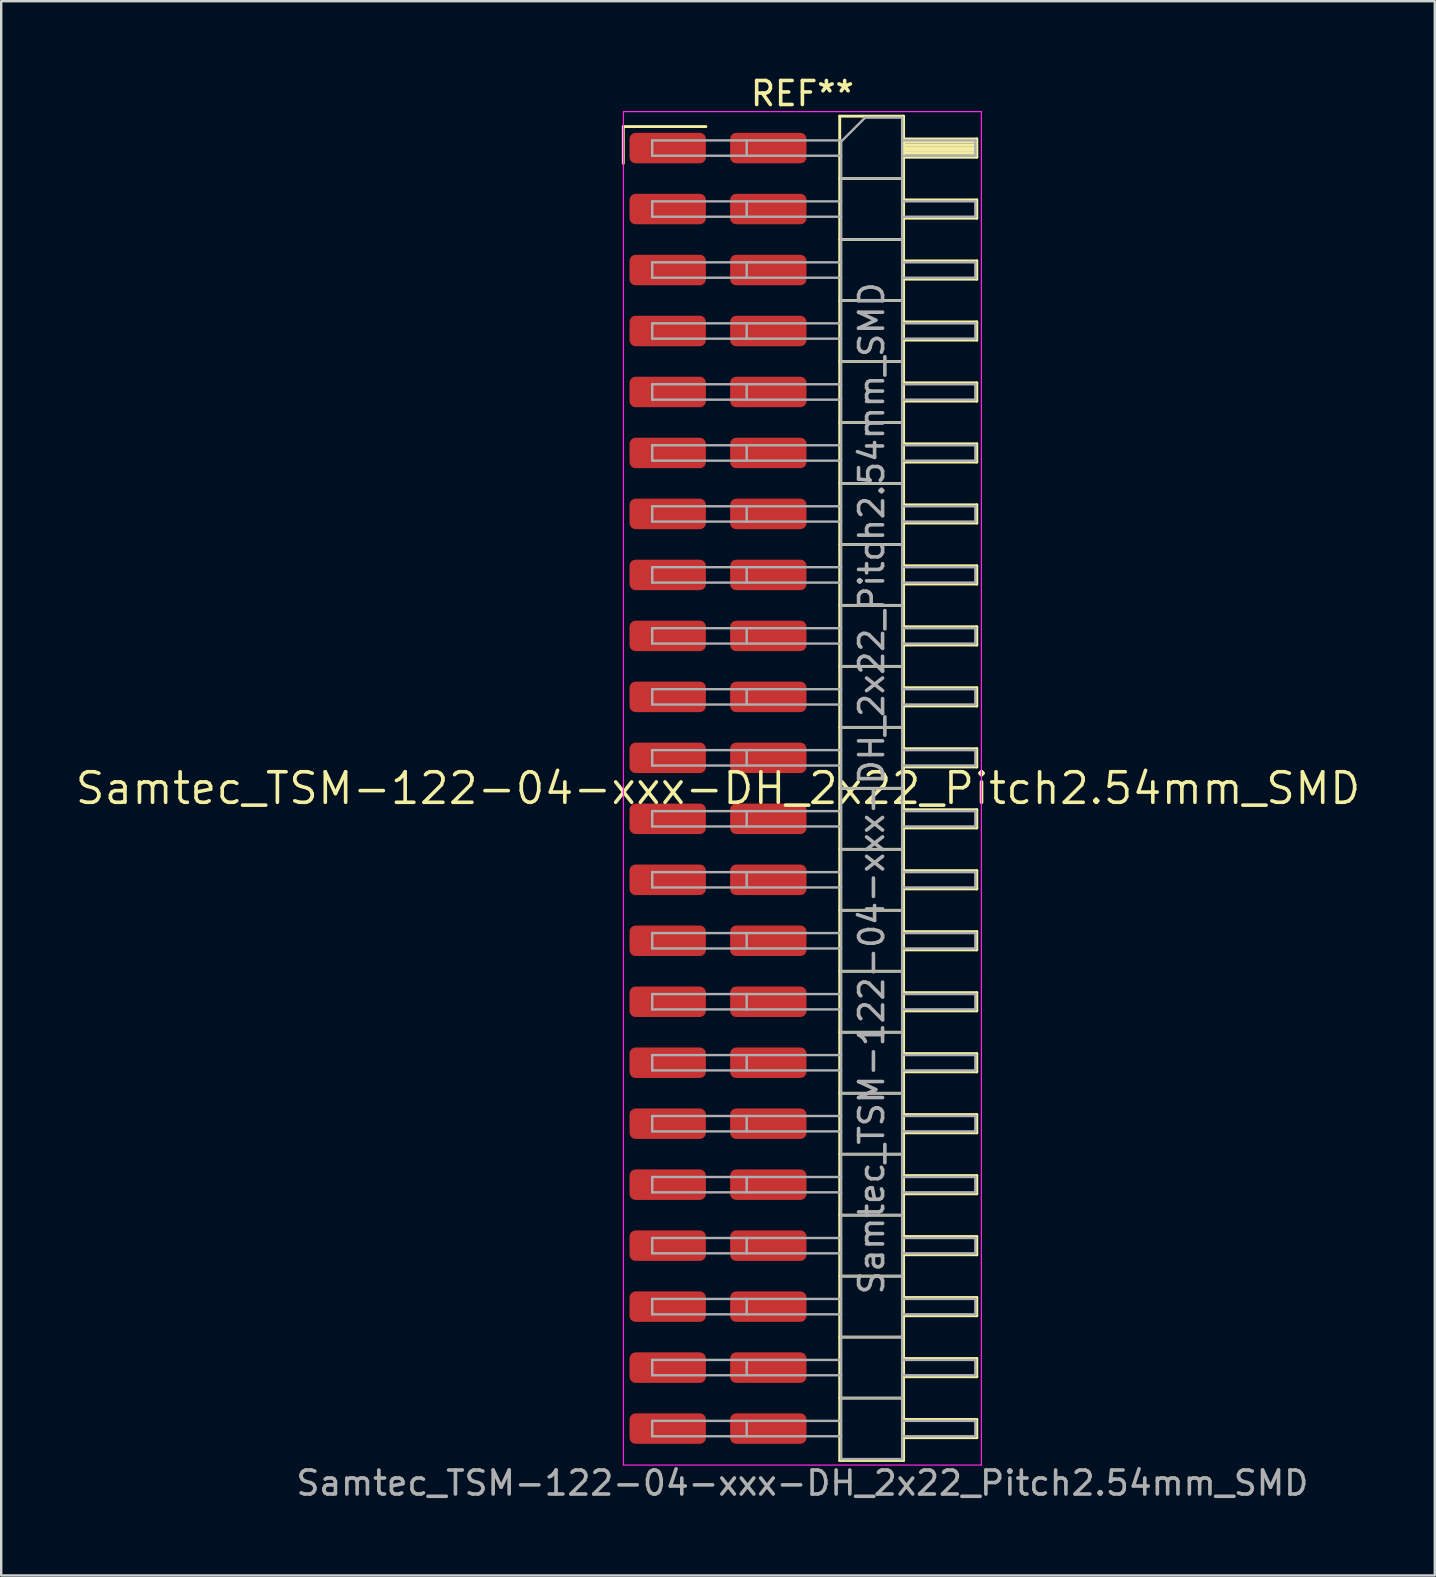
<source format=kicad_pcb>
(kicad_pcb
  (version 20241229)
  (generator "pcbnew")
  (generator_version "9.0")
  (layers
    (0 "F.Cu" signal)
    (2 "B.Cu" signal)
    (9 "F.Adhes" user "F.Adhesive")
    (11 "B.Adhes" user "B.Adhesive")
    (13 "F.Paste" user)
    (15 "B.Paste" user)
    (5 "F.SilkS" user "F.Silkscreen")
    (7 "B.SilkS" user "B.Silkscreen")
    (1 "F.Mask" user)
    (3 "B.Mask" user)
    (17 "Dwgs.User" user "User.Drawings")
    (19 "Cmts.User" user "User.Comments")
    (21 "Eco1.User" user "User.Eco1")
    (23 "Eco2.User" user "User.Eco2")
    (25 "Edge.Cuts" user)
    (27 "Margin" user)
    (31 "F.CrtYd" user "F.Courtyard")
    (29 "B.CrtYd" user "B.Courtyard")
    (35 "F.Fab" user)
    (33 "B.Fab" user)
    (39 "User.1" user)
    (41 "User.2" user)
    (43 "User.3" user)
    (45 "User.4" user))
  (footprint "Samtec_TSM-122-04-xxx-DH_2x22_Pitch2.54mm_SMD"
    (layer "F.Cu")
    (at 26.859 29.788)
    (property "Reference" "Samtec_TSM-122-04-xxx-DH_2x22_Pitch2.54mm_SMD" (at 0 0 0) (layer "F.SilkS") (effects (font (size 1.27 1.27) (thickness 0.15))))
    (attr smd)
    (fp_line (start -3.945 -27.565) (end -0.505 -27.565) (stroke (width 0.12) (type solid)) (layer "F.SilkS"))
    (fp_line (start -3.945 -26.035) (end -3.945 -27.565) (stroke (width 0.12) (type solid)) (layer "F.SilkS"))
    (fp_line (start 5.07 -28) (end 7.73 -28) (stroke (width 0.12) (type solid)) (layer "F.SilkS"))
    (fp_line (start 5.07 -25.4) (end 7.73 -25.4) (stroke (width 0.12) (type solid)) (layer "F.SilkS"))
    (fp_line (start 5.07 -22.86) (end 7.73 -22.86) (stroke (width 0.12) (type solid)) (layer "F.SilkS"))
    (fp_line (start 5.07 -20.32) (end 7.73 -20.32) (stroke (width 0.12) (type solid)) (layer "F.SilkS"))
    (fp_line (start 5.07 -17.78) (end 7.73 -17.78) (stroke (width 0.12) (type solid)) (layer "F.SilkS"))
    (fp_line (start 5.07 -15.24) (end 7.73 -15.24) (stroke (width 0.12) (type solid)) (layer "F.SilkS"))
    (fp_line (start 5.07 -12.7) (end 7.73 -12.7) (stroke (width 0.12) (type solid)) (layer "F.SilkS"))
    (fp_line (start 5.07 -10.16) (end 7.73 -10.16) (stroke (width 0.12) (type solid)) (layer "F.SilkS"))
    (fp_line (start 5.07 -7.62) (end 7.73 -7.62) (stroke (width 0.12) (type solid)) (layer "F.SilkS"))
    (fp_line (start 5.07 -5.08) (end 7.73 -5.08) (stroke (width 0.12) (type solid)) (layer "F.SilkS"))
    (fp_line (start 5.07 -2.54) (end 7.73 -2.54) (stroke (width 0.12) (type solid)) (layer "F.SilkS"))
    (fp_line (start 5.07 0) (end 7.73 0) (stroke (width 0.12) (type solid)) (layer "F.SilkS"))
    (fp_line (start 5.07 2.54) (end 7.73 2.54) (stroke (width 0.12) (type solid)) (layer "F.SilkS"))
    (fp_line (start 5.07 5.08) (end 7.73 5.08) (stroke (width 0.12) (type solid)) (layer "F.SilkS"))
    (fp_line (start 5.07 7.62) (end 7.73 7.62) (stroke (width 0.12) (type solid)) (layer "F.SilkS"))
    (fp_line (start 5.07 10.16) (end 7.73 10.16) (stroke (width 0.12) (type solid)) (layer "F.SilkS"))
    (fp_line (start 5.07 12.7) (end 7.73 12.7) (stroke (width 0.12) (type solid)) (layer "F.SilkS"))
    (fp_line (start 5.07 15.24) (end 7.73 15.24) (stroke (width 0.12) (type solid)) (layer "F.SilkS"))
    (fp_line (start 5.07 17.78) (end 7.73 17.78) (stroke (width 0.12) (type solid)) (layer "F.SilkS"))
    (fp_line (start 5.07 20.32) (end 7.73 20.32) (stroke (width 0.12) (type solid)) (layer "F.SilkS"))
    (fp_line (start 5.07 22.86) (end 7.73 22.86) (stroke (width 0.12) (type solid)) (layer "F.SilkS"))
    (fp_line (start 5.07 25.4) (end 7.73 25.4) (stroke (width 0.12) (type solid)) (layer "F.SilkS"))
    (fp_line (start 5.07 28) (end 5.07 -28) (stroke (width 0.12) (type solid)) (layer "F.SilkS"))
    (fp_line (start 7.73 -28) (end 7.73 28) (stroke (width 0.12) (type solid)) (layer "F.SilkS"))
    (fp_line (start 7.73 -27.05) (end 10.78 -27.05) (stroke (width 0.12) (type solid)) (layer "F.SilkS"))
    (fp_line (start 7.73 -26.93) (end 10.78 -26.93) (stroke (width 0.12) (type solid)) (layer "F.SilkS"))
    (fp_line (start 7.73 -26.81) (end 10.78 -26.81) (stroke (width 0.12) (type solid)) (layer "F.SilkS"))
    (fp_line (start 7.73 -26.69) (end 10.78 -26.69) (stroke (width 0.12) (type solid)) (layer "F.SilkS"))
    (fp_line (start 7.73 -26.57) (end 10.78 -26.57) (stroke (width 0.12) (type solid)) (layer "F.SilkS"))
    (fp_line (start 7.73 -26.45) (end 10.78 -26.45) (stroke (width 0.12) (type solid)) (layer "F.SilkS"))
    (fp_line (start 7.73 -26.33) (end 10.78 -26.33) (stroke (width 0.12) (type solid)) (layer "F.SilkS"))
    (fp_line (start 7.73 -26.29) (end 10.78 -26.29) (stroke (width 0.12) (type solid)) (layer "F.SilkS"))
    (fp_line (start 7.73 -24.51) (end 10.78 -24.51) (stroke (width 0.12) (type solid)) (layer "F.SilkS"))
    (fp_line (start 7.73 -23.75) (end 10.78 -23.75) (stroke (width 0.12) (type solid)) (layer "F.SilkS"))
    (fp_line (start 7.73 -21.97) (end 10.78 -21.97) (stroke (width 0.12) (type solid)) (layer "F.SilkS"))
    (fp_line (start 7.73 -21.21) (end 10.78 -21.21) (stroke (width 0.12) (type solid)) (layer "F.SilkS"))
    (fp_line (start 7.73 -19.43) (end 10.78 -19.43) (stroke (width 0.12) (type solid)) (layer "F.SilkS"))
    (fp_line (start 7.73 -18.67) (end 10.78 -18.67) (stroke (width 0.12) (type solid)) (layer "F.SilkS"))
    (fp_line (start 7.73 -16.89) (end 10.78 -16.89) (stroke (width 0.12) (type solid)) (layer "F.SilkS"))
    (fp_line (start 7.73 -16.13) (end 10.78 -16.13) (stroke (width 0.12) (type solid)) (layer "F.SilkS"))
    (fp_line (start 7.73 -14.35) (end 10.78 -14.35) (stroke (width 0.12) (type solid)) (layer "F.SilkS"))
    (fp_line (start 7.73 -13.59) (end 10.78 -13.59) (stroke (width 0.12) (type solid)) (layer "F.SilkS"))
    (fp_line (start 7.73 -11.81) (end 10.78 -11.81) (stroke (width 0.12) (type solid)) (layer "F.SilkS"))
    (fp_line (start 7.73 -11.05) (end 10.78 -11.05) (stroke (width 0.12) (type solid)) (layer "F.SilkS"))
    (fp_line (start 7.73 -9.27) (end 10.78 -9.27) (stroke (width 0.12) (type solid)) (layer "F.SilkS"))
    (fp_line (start 7.73 -8.51) (end 10.78 -8.51) (stroke (width 0.12) (type solid)) (layer "F.SilkS"))
    (fp_line (start 7.73 -6.73) (end 10.78 -6.73) (stroke (width 0.12) (type solid)) (layer "F.SilkS"))
    (fp_line (start 7.73 -5.97) (end 10.78 -5.97) (stroke (width 0.12) (type solid)) (layer "F.SilkS"))
    (fp_line (start 7.73 -4.19) (end 10.78 -4.19) (stroke (width 0.12) (type solid)) (layer "F.SilkS"))
    (fp_line (start 7.73 -3.43) (end 10.78 -3.43) (stroke (width 0.12) (type solid)) (layer "F.SilkS"))
    (fp_line (start 7.73 -1.65) (end 10.78 -1.65) (stroke (width 0.12) (type solid)) (layer "F.SilkS"))
    (fp_line (start 7.73 -0.89) (end 10.78 -0.89) (stroke (width 0.12) (type solid)) (layer "F.SilkS"))
    (fp_line (start 7.73 0.89) (end 10.78 0.89) (stroke (width 0.12) (type solid)) (layer "F.SilkS"))
    (fp_line (start 7.73 1.65) (end 10.78 1.65) (stroke (width 0.12) (type solid)) (layer "F.SilkS"))
    (fp_line (start 7.73 3.43) (end 10.78 3.43) (stroke (width 0.12) (type solid)) (layer "F.SilkS"))
    (fp_line (start 7.73 4.19) (end 10.78 4.19) (stroke (width 0.12) (type solid)) (layer "F.SilkS"))
    (fp_line (start 7.73 5.97) (end 10.78 5.97) (stroke (width 0.12) (type solid)) (layer "F.SilkS"))
    (fp_line (start 7.73 6.73) (end 10.78 6.73) (stroke (width 0.12) (type solid)) (layer "F.SilkS"))
    (fp_line (start 7.73 8.51) (end 10.78 8.51) (stroke (width 0.12) (type solid)) (layer "F.SilkS"))
    (fp_line (start 7.73 9.27) (end 10.78 9.27) (stroke (width 0.12) (type solid)) (layer "F.SilkS"))
    (fp_line (start 7.73 11.05) (end 10.78 11.05) (stroke (width 0.12) (type solid)) (layer "F.SilkS"))
    (fp_line (start 7.73 11.81) (end 10.78 11.81) (stroke (width 0.12) (type solid)) (layer "F.SilkS"))
    (fp_line (start 7.73 13.59) (end 10.78 13.59) (stroke (width 0.12) (type solid)) (layer "F.SilkS"))
    (fp_line (start 7.73 14.35) (end 10.78 14.35) (stroke (width 0.12) (type solid)) (layer "F.SilkS"))
    (fp_line (start 7.73 16.13) (end 10.78 16.13) (stroke (width 0.12) (type solid)) (layer "F.SilkS"))
    (fp_line (start 7.73 16.89) (end 10.78 16.89) (stroke (width 0.12) (type solid)) (layer "F.SilkS"))
    (fp_line (start 7.73 18.67) (end 10.78 18.67) (stroke (width 0.12) (type solid)) (layer "F.SilkS"))
    (fp_line (start 7.73 19.43) (end 10.78 19.43) (stroke (width 0.12) (type solid)) (layer "F.SilkS"))
    (fp_line (start 7.73 21.21) (end 10.78 21.21) (stroke (width 0.12) (type solid)) (layer "F.SilkS"))
    (fp_line (start 7.73 21.97) (end 10.78 21.97) (stroke (width 0.12) (type solid)) (layer "F.SilkS"))
    (fp_line (start 7.73 23.75) (end 10.78 23.75) (stroke (width 0.12) (type solid)) (layer "F.SilkS"))
    (fp_line (start 7.73 24.51) (end 10.78 24.51) (stroke (width 0.12) (type solid)) (layer "F.SilkS"))
    (fp_line (start 7.73 26.29) (end 10.78 26.29) (stroke (width 0.12) (type solid)) (layer "F.SilkS"))
    (fp_line (start 7.73 27.05) (end 10.78 27.05) (stroke (width 0.12) (type solid)) (layer "F.SilkS"))
    (fp_line (start 7.73 28) (end 5.07 28) (stroke (width 0.12) (type solid)) (layer "F.SilkS"))
    (fp_line (start 10.78 -27.05) (end 10.78 -26.29) (stroke (width 0.12) (type solid)) (layer "F.SilkS"))
    (fp_line (start 10.78 -24.51) (end 10.78 -23.75) (stroke (width 0.12) (type solid)) (layer "F.SilkS"))
    (fp_line (start 10.78 -21.97) (end 10.78 -21.21) (stroke (width 0.12) (type solid)) (layer "F.SilkS"))
    (fp_line (start 10.78 -19.43) (end 10.78 -18.67) (stroke (width 0.12) (type solid)) (layer "F.SilkS"))
    (fp_line (start 10.78 -16.89) (end 10.78 -16.13) (stroke (width 0.12) (type solid)) (layer "F.SilkS"))
    (fp_line (start 10.78 -14.35) (end 10.78 -13.59) (stroke (width 0.12) (type solid)) (layer "F.SilkS"))
    (fp_line (start 10.78 -11.81) (end 10.78 -11.05) (stroke (width 0.12) (type solid)) (layer "F.SilkS"))
    (fp_line (start 10.78 -9.27) (end 10.78 -8.51) (stroke (width 0.12) (type solid)) (layer "F.SilkS"))
    (fp_line (start 10.78 -6.73) (end 10.78 -5.97) (stroke (width 0.12) (type solid)) (layer "F.SilkS"))
    (fp_line (start 10.78 -4.19) (end 10.78 -3.43) (stroke (width 0.12) (type solid)) (layer "F.SilkS"))
    (fp_line (start 10.78 -1.65) (end 10.78 -0.89) (stroke (width 0.12) (type solid)) (layer "F.SilkS"))
    (fp_line (start 10.78 0.89) (end 10.78 1.65) (stroke (width 0.12) (type solid)) (layer "F.SilkS"))
    (fp_line (start 10.78 3.43) (end 10.78 4.19) (stroke (width 0.12) (type solid)) (layer "F.SilkS"))
    (fp_line (start 10.78 5.97) (end 10.78 6.73) (stroke (width 0.12) (type solid)) (layer "F.SilkS"))
    (fp_line (start 10.78 8.51) (end 10.78 9.27) (stroke (width 0.12) (type solid)) (layer "F.SilkS"))
    (fp_line (start 10.78 11.05) (end 10.78 11.81) (stroke (width 0.12) (type solid)) (layer "F.SilkS"))
    (fp_line (start 10.78 13.59) (end 10.78 14.35) (stroke (width 0.12) (type solid)) (layer "F.SilkS"))
    (fp_line (start 10.78 16.13) (end 10.78 16.89) (stroke (width 0.12) (type solid)) (layer "F.SilkS"))
    (fp_line (start 10.78 18.67) (end 10.78 19.43) (stroke (width 0.12) (type solid)) (layer "F.SilkS"))
    (fp_line (start 10.78 21.21) (end 10.78 21.97) (stroke (width 0.12) (type solid)) (layer "F.SilkS"))
    (fp_line (start 10.78 23.75) (end 10.78 24.51) (stroke (width 0.12) (type solid)) (layer "F.SilkS"))
    (fp_line (start 10.78 26.29) (end 10.78 27.05) (stroke (width 0.12) (type solid)) (layer "F.SilkS"))
    (fp_line (start -3.94 -28.19) (end 10.97 -28.19) (stroke (width 0.05) (type solid)) (layer "F.CrtYd"))
    (fp_line (start -3.94 28.19) (end -3.94 -28.19) (stroke (width 0.05) (type solid)) (layer "F.CrtYd"))
    (fp_line (start 10.97 -28.19) (end 10.97 28.19) (stroke (width 0.05) (type solid)) (layer "F.CrtYd"))
    (fp_line (start 10.97 28.19) (end -3.94 28.19) (stroke (width 0.05) (type solid)) (layer "F.CrtYd"))
    (fp_line (start -2.74 -26.99) (end -2.74 -26.35) (stroke (width 0.1) (type solid)) (layer "F.Fab"))
    (fp_line (start -2.74 -26.99) (end 5.13 -26.99) (stroke (width 0.1) (type solid)) (layer "F.Fab"))
    (fp_line (start -2.74 -26.35) (end 5.13 -26.35) (stroke (width 0.1) (type solid)) (layer "F.Fab"))
    (fp_line (start -2.74 -24.45) (end -2.74 -23.81) (stroke (width 0.1) (type solid)) (layer "F.Fab"))
    (fp_line (start -2.74 -24.45) (end 5.13 -24.45) (stroke (width 0.1) (type solid)) (layer "F.Fab"))
    (fp_line (start -2.74 -23.81) (end 5.13 -23.81) (stroke (width 0.1) (type solid)) (layer "F.Fab"))
    (fp_line (start -2.74 -21.91) (end -2.74 -21.27) (stroke (width 0.1) (type solid)) (layer "F.Fab"))
    (fp_line (start -2.74 -21.91) (end 5.13 -21.91) (stroke (width 0.1) (type solid)) (layer "F.Fab"))
    (fp_line (start -2.74 -21.27) (end 5.13 -21.27) (stroke (width 0.1) (type solid)) (layer "F.Fab"))
    (fp_line (start -2.74 -19.37) (end -2.74 -18.73) (stroke (width 0.1) (type solid)) (layer "F.Fab"))
    (fp_line (start -2.74 -19.37) (end 5.13 -19.37) (stroke (width 0.1) (type solid)) (layer "F.Fab"))
    (fp_line (start -2.74 -18.73) (end 5.13 -18.73) (stroke (width 0.1) (type solid)) (layer "F.Fab"))
    (fp_line (start -2.74 -16.83) (end -2.74 -16.19) (stroke (width 0.1) (type solid)) (layer "F.Fab"))
    (fp_line (start -2.74 -16.83) (end 5.13 -16.83) (stroke (width 0.1) (type solid)) (layer "F.Fab"))
    (fp_line (start -2.74 -16.19) (end 5.13 -16.19) (stroke (width 0.1) (type solid)) (layer "F.Fab"))
    (fp_line (start -2.74 -14.29) (end -2.74 -13.65) (stroke (width 0.1) (type solid)) (layer "F.Fab"))
    (fp_line (start -2.74 -14.29) (end 5.13 -14.29) (stroke (width 0.1) (type solid)) (layer "F.Fab"))
    (fp_line (start -2.74 -13.65) (end 5.13 -13.65) (stroke (width 0.1) (type solid)) (layer "F.Fab"))
    (fp_line (start -2.74 -11.75) (end -2.74 -11.11) (stroke (width 0.1) (type solid)) (layer "F.Fab"))
    (fp_line (start -2.74 -11.75) (end 5.13 -11.75) (stroke (width 0.1) (type solid)) (layer "F.Fab"))
    (fp_line (start -2.74 -11.11) (end 5.13 -11.11) (stroke (width 0.1) (type solid)) (layer "F.Fab"))
    (fp_line (start -2.74 -9.21) (end -2.74 -8.57) (stroke (width 0.1) (type solid)) (layer "F.Fab"))
    (fp_line (start -2.74 -9.21) (end 5.13 -9.21) (stroke (width 0.1) (type solid)) (layer "F.Fab"))
    (fp_line (start -2.74 -8.57) (end 5.13 -8.57) (stroke (width 0.1) (type solid)) (layer "F.Fab"))
    (fp_line (start -2.74 -6.67) (end -2.74 -6.03) (stroke (width 0.1) (type solid)) (layer "F.Fab"))
    (fp_line (start -2.74 -6.67) (end 5.13 -6.67) (stroke (width 0.1) (type solid)) (layer "F.Fab"))
    (fp_line (start -2.74 -6.03) (end 5.13 -6.03) (stroke (width 0.1) (type solid)) (layer "F.Fab"))
    (fp_line (start -2.74 -4.13) (end -2.74 -3.49) (stroke (width 0.1) (type solid)) (layer "F.Fab"))
    (fp_line (start -2.74 -4.13) (end 5.13 -4.13) (stroke (width 0.1) (type solid)) (layer "F.Fab"))
    (fp_line (start -2.74 -3.49) (end 5.13 -3.49) (stroke (width 0.1) (type solid)) (layer "F.Fab"))
    (fp_line (start -2.74 -1.59) (end -2.74 -0.95) (stroke (width 0.1) (type solid)) (layer "F.Fab"))
    (fp_line (start -2.74 -1.59) (end 5.13 -1.59) (stroke (width 0.1) (type solid)) (layer "F.Fab"))
    (fp_line (start -2.74 -0.95) (end 5.13 -0.95) (stroke (width 0.1) (type solid)) (layer "F.Fab"))
    (fp_line (start -2.74 0.95) (end -2.74 1.59) (stroke (width 0.1) (type solid)) (layer "F.Fab"))
    (fp_line (start -2.74 0.95) (end 5.13 0.95) (stroke (width 0.1) (type solid)) (layer "F.Fab"))
    (fp_line (start -2.74 1.59) (end 5.13 1.59) (stroke (width 0.1) (type solid)) (layer "F.Fab"))
    (fp_line (start -2.74 3.49) (end -2.74 4.13) (stroke (width 0.1) (type solid)) (layer "F.Fab"))
    (fp_line (start -2.74 3.49) (end 5.13 3.49) (stroke (width 0.1) (type solid)) (layer "F.Fab"))
    (fp_line (start -2.74 4.13) (end 5.13 4.13) (stroke (width 0.1) (type solid)) (layer "F.Fab"))
    (fp_line (start -2.74 6.03) (end -2.74 6.67) (stroke (width 0.1) (type solid)) (layer "F.Fab"))
    (fp_line (start -2.74 6.03) (end 5.13 6.03) (stroke (width 0.1) (type solid)) (layer "F.Fab"))
    (fp_line (start -2.74 6.67) (end 5.13 6.67) (stroke (width 0.1) (type solid)) (layer "F.Fab"))
    (fp_line (start -2.74 8.57) (end -2.74 9.21) (stroke (width 0.1) (type solid)) (layer "F.Fab"))
    (fp_line (start -2.74 8.57) (end 5.13 8.57) (stroke (width 0.1) (type solid)) (layer "F.Fab"))
    (fp_line (start -2.74 9.21) (end 5.13 9.21) (stroke (width 0.1) (type solid)) (layer "F.Fab"))
    (fp_line (start -2.74 11.11) (end -2.74 11.75) (stroke (width 0.1) (type solid)) (layer "F.Fab"))
    (fp_line (start -2.74 11.11) (end 5.13 11.11) (stroke (width 0.1) (type solid)) (layer "F.Fab"))
    (fp_line (start -2.74 11.75) (end 5.13 11.75) (stroke (width 0.1) (type solid)) (layer "F.Fab"))
    (fp_line (start -2.74 13.65) (end -2.74 14.29) (stroke (width 0.1) (type solid)) (layer "F.Fab"))
    (fp_line (start -2.74 13.65) (end 5.13 13.65) (stroke (width 0.1) (type solid)) (layer "F.Fab"))
    (fp_line (start -2.74 14.29) (end 5.13 14.29) (stroke (width 0.1) (type solid)) (layer "F.Fab"))
    (fp_line (start -2.74 16.19) (end -2.74 16.83) (stroke (width 0.1) (type solid)) (layer "F.Fab"))
    (fp_line (start -2.74 16.19) (end 5.13 16.19) (stroke (width 0.1) (type solid)) (layer "F.Fab"))
    (fp_line (start -2.74 16.83) (end 5.13 16.83) (stroke (width 0.1) (type solid)) (layer "F.Fab"))
    (fp_line (start -2.74 18.73) (end -2.74 19.37) (stroke (width 0.1) (type solid)) (layer "F.Fab"))
    (fp_line (start -2.74 18.73) (end 5.13 18.73) (stroke (width 0.1) (type solid)) (layer "F.Fab"))
    (fp_line (start -2.74 19.37) (end 5.13 19.37) (stroke (width 0.1) (type solid)) (layer "F.Fab"))
    (fp_line (start -2.74 21.27) (end -2.74 21.91) (stroke (width 0.1) (type solid)) (layer "F.Fab"))
    (fp_line (start -2.74 21.27) (end 5.13 21.27) (stroke (width 0.1) (type solid)) (layer "F.Fab"))
    (fp_line (start -2.74 21.91) (end 5.13 21.91) (stroke (width 0.1) (type solid)) (layer "F.Fab"))
    (fp_line (start -2.74 23.81) (end -2.74 24.45) (stroke (width 0.1) (type solid)) (layer "F.Fab"))
    (fp_line (start -2.74 23.81) (end 5.13 23.81) (stroke (width 0.1) (type solid)) (layer "F.Fab"))
    (fp_line (start -2.74 24.45) (end 5.13 24.45) (stroke (width 0.1) (type solid)) (layer "F.Fab"))
    (fp_line (start -2.74 26.35) (end -2.74 26.99) (stroke (width 0.1) (type solid)) (layer "F.Fab"))
    (fp_line (start -2.74 26.35) (end 5.13 26.35) (stroke (width 0.1) (type solid)) (layer "F.Fab"))
    (fp_line (start -2.74 26.99) (end 5.13 26.99) (stroke (width 0.1) (type solid)) (layer "F.Fab"))
    (fp_line (start 1.195 -26.99) (end 1.195 -26.35) (stroke (width 0.1) (type solid)) (layer "F.Fab"))
    (fp_line (start 1.195 -24.45) (end 1.195 -23.81) (stroke (width 0.1) (type solid)) (layer "F.Fab"))
    (fp_line (start 1.195 -21.91) (end 1.195 -21.27) (stroke (width 0.1) (type solid)) (layer "F.Fab"))
    (fp_line (start 1.195 -19.37) (end 1.195 -18.73) (stroke (width 0.1) (type solid)) (layer "F.Fab"))
    (fp_line (start 1.195 -16.83) (end 1.195 -16.19) (stroke (width 0.1) (type solid)) (layer "F.Fab"))
    (fp_line (start 1.195 -14.29) (end 1.195 -13.65) (stroke (width 0.1) (type solid)) (layer "F.Fab"))
    (fp_line (start 1.195 -11.75) (end 1.195 -11.11) (stroke (width 0.1) (type solid)) (layer "F.Fab"))
    (fp_line (start 1.195 -9.21) (end 1.195 -8.57) (stroke (width 0.1) (type solid)) (layer "F.Fab"))
    (fp_line (start 1.195 -6.67) (end 1.195 -6.03) (stroke (width 0.1) (type solid)) (layer "F.Fab"))
    (fp_line (start 1.195 -4.13) (end 1.195 -3.49) (stroke (width 0.1) (type solid)) (layer "F.Fab"))
    (fp_line (start 1.195 -1.59) (end 1.195 -0.95) (stroke (width 0.1) (type solid)) (layer "F.Fab"))
    (fp_line (start 1.195 0.95) (end 1.195 1.59) (stroke (width 0.1) (type solid)) (layer "F.Fab"))
    (fp_line (start 1.195 3.49) (end 1.195 4.13) (stroke (width 0.1) (type solid)) (layer "F.Fab"))
    (fp_line (start 1.195 6.03) (end 1.195 6.67) (stroke (width 0.1) (type solid)) (layer "F.Fab"))
    (fp_line (start 1.195 8.57) (end 1.195 9.21) (stroke (width 0.1) (type solid)) (layer "F.Fab"))
    (fp_line (start 1.195 11.11) (end 1.195 11.75) (stroke (width 0.1) (type solid)) (layer "F.Fab"))
    (fp_line (start 1.195 13.65) (end 1.195 14.29) (stroke (width 0.1) (type solid)) (layer "F.Fab"))
    (fp_line (start 1.195 16.19) (end 1.195 16.83) (stroke (width 0.1) (type solid)) (layer "F.Fab"))
    (fp_line (start 1.195 18.73) (end 1.195 19.37) (stroke (width 0.1) (type solid)) (layer "F.Fab"))
    (fp_line (start 1.195 21.27) (end 1.195 21.91) (stroke (width 0.1) (type solid)) (layer "F.Fab"))
    (fp_line (start 1.195 23.81) (end 1.195 24.45) (stroke (width 0.1) (type solid)) (layer "F.Fab"))
    (fp_line (start 1.195 26.35) (end 1.195 26.99) (stroke (width 0.1) (type solid)) (layer "F.Fab"))
    (fp_line (start 5.13 -26.94) (end 6.13 -27.94) (stroke (width 0.1) (type solid)) (layer "F.Fab"))
    (fp_line (start 5.13 -25.4) (end 7.67 -25.4) (stroke (width 0.1) (type solid)) (layer "F.Fab"))
    (fp_line (start 5.13 -22.86) (end 7.67 -22.86) (stroke (width 0.1) (type solid)) (layer "F.Fab"))
    (fp_line (start 5.13 -20.32) (end 7.67 -20.32) (stroke (width 0.1) (type solid)) (layer "F.Fab"))
    (fp_line (start 5.13 -17.78) (end 7.67 -17.78) (stroke (width 0.1) (type solid)) (layer "F.Fab"))
    (fp_line (start 5.13 -15.24) (end 7.67 -15.24) (stroke (width 0.1) (type solid)) (layer "F.Fab"))
    (fp_line (start 5.13 -12.7) (end 7.67 -12.7) (stroke (width 0.1) (type solid)) (layer "F.Fab"))
    (fp_line (start 5.13 -10.16) (end 7.67 -10.16) (stroke (width 0.1) (type solid)) (layer "F.Fab"))
    (fp_line (start 5.13 -7.62) (end 7.67 -7.62) (stroke (width 0.1) (type solid)) (layer "F.Fab"))
    (fp_line (start 5.13 -5.08) (end 7.67 -5.08) (stroke (width 0.1) (type solid)) (layer "F.Fab"))
    (fp_line (start 5.13 -2.54) (end 7.67 -2.54) (stroke (width 0.1) (type solid)) (layer "F.Fab"))
    (fp_line (start 5.13 0) (end 7.67 0) (stroke (width 0.1) (type solid)) (layer "F.Fab"))
    (fp_line (start 5.13 2.54) (end 7.67 2.54) (stroke (width 0.1) (type solid)) (layer "F.Fab"))
    (fp_line (start 5.13 5.08) (end 7.67 5.08) (stroke (width 0.1) (type solid)) (layer "F.Fab"))
    (fp_line (start 5.13 7.62) (end 7.67 7.62) (stroke (width 0.1) (type solid)) (layer "F.Fab"))
    (fp_line (start 5.13 10.16) (end 7.67 10.16) (stroke (width 0.1) (type solid)) (layer "F.Fab"))
    (fp_line (start 5.13 12.7) (end 7.67 12.7) (stroke (width 0.1) (type solid)) (layer "F.Fab"))
    (fp_line (start 5.13 15.24) (end 7.67 15.24) (stroke (width 0.1) (type solid)) (layer "F.Fab"))
    (fp_line (start 5.13 17.78) (end 7.67 17.78) (stroke (width 0.1) (type solid)) (layer "F.Fab"))
    (fp_line (start 5.13 20.32) (end 7.67 20.32) (stroke (width 0.1) (type solid)) (layer "F.Fab"))
    (fp_line (start 5.13 22.86) (end 7.67 22.86) (stroke (width 0.1) (type solid)) (layer "F.Fab"))
    (fp_line (start 5.13 25.4) (end 7.67 25.4) (stroke (width 0.1) (type solid)) (layer "F.Fab"))
    (fp_line (start 5.13 27.94) (end 5.13 -26.94) (stroke (width 0.1) (type solid)) (layer "F.Fab"))
    (fp_line (start 6.13 -27.94) (end 7.67 -27.94) (stroke (width 0.1) (type solid)) (layer "F.Fab"))
    (fp_line (start 7.67 -27.94) (end 7.67 27.94) (stroke (width 0.1) (type solid)) (layer "F.Fab"))
    (fp_line (start 7.67 -26.99) (end 10.72 -26.99) (stroke (width 0.1) (type solid)) (layer "F.Fab"))
    (fp_line (start 7.67 -26.35) (end 10.72 -26.35) (stroke (width 0.1) (type solid)) (layer "F.Fab"))
    (fp_line (start 7.67 -24.45) (end 10.72 -24.45) (stroke (width 0.1) (type solid)) (layer "F.Fab"))
    (fp_line (start 7.67 -23.81) (end 10.72 -23.81) (stroke (width 0.1) (type solid)) (layer "F.Fab"))
    (fp_line (start 7.67 -21.91) (end 10.72 -21.91) (stroke (width 0.1) (type solid)) (layer "F.Fab"))
    (fp_line (start 7.67 -21.27) (end 10.72 -21.27) (stroke (width 0.1) (type solid)) (layer "F.Fab"))
    (fp_line (start 7.67 -19.37) (end 10.72 -19.37) (stroke (width 0.1) (type solid)) (layer "F.Fab"))
    (fp_line (start 7.67 -18.73) (end 10.72 -18.73) (stroke (width 0.1) (type solid)) (layer "F.Fab"))
    (fp_line (start 7.67 -16.83) (end 10.72 -16.83) (stroke (width 0.1) (type solid)) (layer "F.Fab"))
    (fp_line (start 7.67 -16.19) (end 10.72 -16.19) (stroke (width 0.1) (type solid)) (layer "F.Fab"))
    (fp_line (start 7.67 -14.29) (end 10.72 -14.29) (stroke (width 0.1) (type solid)) (layer "F.Fab"))
    (fp_line (start 7.67 -13.65) (end 10.72 -13.65) (stroke (width 0.1) (type solid)) (layer "F.Fab"))
    (fp_line (start 7.67 -11.75) (end 10.72 -11.75) (stroke (width 0.1) (type solid)) (layer "F.Fab"))
    (fp_line (start 7.67 -11.11) (end 10.72 -11.11) (stroke (width 0.1) (type solid)) (layer "F.Fab"))
    (fp_line (start 7.67 -9.21) (end 10.72 -9.21) (stroke (width 0.1) (type solid)) (layer "F.Fab"))
    (fp_line (start 7.67 -8.57) (end 10.72 -8.57) (stroke (width 0.1) (type solid)) (layer "F.Fab"))
    (fp_line (start 7.67 -6.67) (end 10.72 -6.67) (stroke (width 0.1) (type solid)) (layer "F.Fab"))
    (fp_line (start 7.67 -6.03) (end 10.72 -6.03) (stroke (width 0.1) (type solid)) (layer "F.Fab"))
    (fp_line (start 7.67 -4.13) (end 10.72 -4.13) (stroke (width 0.1) (type solid)) (layer "F.Fab"))
    (fp_line (start 7.67 -3.49) (end 10.72 -3.49) (stroke (width 0.1) (type solid)) (layer "F.Fab"))
    (fp_line (start 7.67 -1.59) (end 10.72 -1.59) (stroke (width 0.1) (type solid)) (layer "F.Fab"))
    (fp_line (start 7.67 -0.95) (end 10.72 -0.95) (stroke (width 0.1) (type solid)) (layer "F.Fab"))
    (fp_line (start 7.67 0.95) (end 10.72 0.95) (stroke (width 0.1) (type solid)) (layer "F.Fab"))
    (fp_line (start 7.67 1.59) (end 10.72 1.59) (stroke (width 0.1) (type solid)) (layer "F.Fab"))
    (fp_line (start 7.67 3.49) (end 10.72 3.49) (stroke (width 0.1) (type solid)) (layer "F.Fab"))
    (fp_line (start 7.67 4.13) (end 10.72 4.13) (stroke (width 0.1) (type solid)) (layer "F.Fab"))
    (fp_line (start 7.67 6.03) (end 10.72 6.03) (stroke (width 0.1) (type solid)) (layer "F.Fab"))
    (fp_line (start 7.67 6.67) (end 10.72 6.67) (stroke (width 0.1) (type solid)) (layer "F.Fab"))
    (fp_line (start 7.67 8.57) (end 10.72 8.57) (stroke (width 0.1) (type solid)) (layer "F.Fab"))
    (fp_line (start 7.67 9.21) (end 10.72 9.21) (stroke (width 0.1) (type solid)) (layer "F.Fab"))
    (fp_line (start 7.67 11.11) (end 10.72 11.11) (stroke (width 0.1) (type solid)) (layer "F.Fab"))
    (fp_line (start 7.67 11.75) (end 10.72 11.75) (stroke (width 0.1) (type solid)) (layer "F.Fab"))
    (fp_line (start 7.67 13.65) (end 10.72 13.65) (stroke (width 0.1) (type solid)) (layer "F.Fab"))
    (fp_line (start 7.67 14.29) (end 10.72 14.29) (stroke (width 0.1) (type solid)) (layer "F.Fab"))
    (fp_line (start 7.67 16.19) (end 10.72 16.19) (stroke (width 0.1) (type solid)) (layer "F.Fab"))
    (fp_line (start 7.67 16.83) (end 10.72 16.83) (stroke (width 0.1) (type solid)) (layer "F.Fab"))
    (fp_line (start 7.67 18.73) (end 10.72 18.73) (stroke (width 0.1) (type solid)) (layer "F.Fab"))
    (fp_line (start 7.67 19.37) (end 10.72 19.37) (stroke (width 0.1) (type solid)) (layer "F.Fab"))
    (fp_line (start 7.67 21.27) (end 10.72 21.27) (stroke (width 0.1) (type solid)) (layer "F.Fab"))
    (fp_line (start 7.67 21.91) (end 10.72 21.91) (stroke (width 0.1) (type solid)) (layer "F.Fab"))
    (fp_line (start 7.67 23.81) (end 10.72 23.81) (stroke (width 0.1) (type solid)) (layer "F.Fab"))
    (fp_line (start 7.67 24.45) (end 10.72 24.45) (stroke (width 0.1) (type solid)) (layer "F.Fab"))
    (fp_line (start 7.67 26.35) (end 10.72 26.35) (stroke (width 0.1) (type solid)) (layer "F.Fab"))
    (fp_line (start 7.67 26.99) (end 10.72 26.99) (stroke (width 0.1) (type solid)) (layer "F.Fab"))
    (fp_line (start 7.67 27.94) (end 5.13 27.94) (stroke (width 0.1) (type solid)) (layer "F.Fab"))
    (fp_line (start 10.72 -26.99) (end 10.72 -26.35) (stroke (width 0.1) (type solid)) (layer "F.Fab"))
    (fp_line (start 10.72 -24.45) (end 10.72 -23.81) (stroke (width 0.1) (type solid)) (layer "F.Fab"))
    (fp_line (start 10.72 -21.91) (end 10.72 -21.27) (stroke (width 0.1) (type solid)) (layer "F.Fab"))
    (fp_line (start 10.72 -19.37) (end 10.72 -18.73) (stroke (width 0.1) (type solid)) (layer "F.Fab"))
    (fp_line (start 10.72 -16.83) (end 10.72 -16.19) (stroke (width 0.1) (type solid)) (layer "F.Fab"))
    (fp_line (start 10.72 -14.29) (end 10.72 -13.65) (stroke (width 0.1) (type solid)) (layer "F.Fab"))
    (fp_line (start 10.72 -11.75) (end 10.72 -11.11) (stroke (width 0.1) (type solid)) (layer "F.Fab"))
    (fp_line (start 10.72 -9.21) (end 10.72 -8.57) (stroke (width 0.1) (type solid)) (layer "F.Fab"))
    (fp_line (start 10.72 -6.67) (end 10.72 -6.03) (stroke (width 0.1) (type solid)) (layer "F.Fab"))
    (fp_line (start 10.72 -4.13) (end 10.72 -3.49) (stroke (width 0.1) (type solid)) (layer "F.Fab"))
    (fp_line (start 10.72 -1.59) (end 10.72 -0.95) (stroke (width 0.1) (type solid)) (layer "F.Fab"))
    (fp_line (start 10.72 0.95) (end 10.72 1.59) (stroke (width 0.1) (type solid)) (layer "F.Fab"))
    (fp_line (start 10.72 3.49) (end 10.72 4.13) (stroke (width 0.1) (type solid)) (layer "F.Fab"))
    (fp_line (start 10.72 6.03) (end 10.72 6.67) (stroke (width 0.1) (type solid)) (layer "F.Fab"))
    (fp_line (start 10.72 8.57) (end 10.72 9.21) (stroke (width 0.1) (type solid)) (layer "F.Fab"))
    (fp_line (start 10.72 11.11) (end 10.72 11.75) (stroke (width 0.1) (type solid)) (layer "F.Fab"))
    (fp_line (start 10.72 13.65) (end 10.72 14.29) (stroke (width 0.1) (type solid)) (layer "F.Fab"))
    (fp_line (start 10.72 16.19) (end 10.72 16.83) (stroke (width 0.1) (type solid)) (layer "F.Fab"))
    (fp_line (start 10.72 18.73) (end 10.72 19.37) (stroke (width 0.1) (type solid)) (layer "F.Fab"))
    (fp_line (start 10.72 21.27) (end 10.72 21.91) (stroke (width 0.1) (type solid)) (layer "F.Fab"))
    (fp_line (start 10.72 23.81) (end 10.72 24.45) (stroke (width 0.1) (type solid)) (layer "F.Fab"))
    (fp_line (start 10.72 26.35) (end 10.72 26.99) (stroke (width 0.1) (type solid)) (layer "F.Fab"))
    (fp_text user "REF**" (at 3.515 -28.94 0) (layer "F.SilkS") (effects (font (size 1 1) (thickness 0.15))))
    (fp_text user "${REFERENCE}" (at 6.4 0 90) (layer "F.Fab") (effects (font (size 1 1) (thickness 0.15))))
    (fp_text user "Samtec_TSM-122-04-xxx-DH_2x22_Pitch2.54mm_SMD" (at 3.515 28.94 0) (layer "F.Fab") (effects (font (size 1 1) (thickness 0.15))))
    (pad "1" smd roundrect (at -2.095 -26.67) (size 3.18 1.27) (layers "F.Cu" "F.Mask" "F.Paste") (roundrect_rratio 0.197))
    (pad "2" smd roundrect (at 2.095 -26.67) (size 3.18 1.27) (layers "F.Cu" "F.Mask" "F.Paste") (roundrect_rratio 0.197))
    (pad "3" smd roundrect (at -2.095 -24.13) (size 3.18 1.27) (layers "F.Cu" "F.Mask" "F.Paste") (roundrect_rratio 0.197))
    (pad "4" smd roundrect (at 2.095 -24.13) (size 3.18 1.27) (layers "F.Cu" "F.Mask" "F.Paste") (roundrect_rratio 0.197))
    (pad "5" smd roundrect (at -2.095 -21.59) (size 3.18 1.27) (layers "F.Cu" "F.Mask" "F.Paste") (roundrect_rratio 0.197))
    (pad "6" smd roundrect (at 2.095 -21.59) (size 3.18 1.27) (layers "F.Cu" "F.Mask" "F.Paste") (roundrect_rratio 0.197))
    (pad "7" smd roundrect (at -2.095 -19.05) (size 3.18 1.27) (layers "F.Cu" "F.Mask" "F.Paste") (roundrect_rratio 0.197))
    (pad "8" smd roundrect (at 2.095 -19.05) (size 3.18 1.27) (layers "F.Cu" "F.Mask" "F.Paste") (roundrect_rratio 0.197))
    (pad "9" smd roundrect (at -2.095 -16.51) (size 3.18 1.27) (layers "F.Cu" "F.Mask" "F.Paste") (roundrect_rratio 0.197))
    (pad "10" smd roundrect (at 2.095 -16.51) (size 3.18 1.27) (layers "F.Cu" "F.Mask" "F.Paste") (roundrect_rratio 0.197))
    (pad "11" smd roundrect (at -2.095 -13.97) (size 3.18 1.27) (layers "F.Cu" "F.Mask" "F.Paste") (roundrect_rratio 0.197))
    (pad "12" smd roundrect (at 2.095 -13.97) (size 3.18 1.27) (layers "F.Cu" "F.Mask" "F.Paste") (roundrect_rratio 0.197))
    (pad "13" smd roundrect (at -2.095 -11.43) (size 3.18 1.27) (layers "F.Cu" "F.Mask" "F.Paste") (roundrect_rratio 0.197))
    (pad "14" smd roundrect (at 2.095 -11.43) (size 3.18 1.27) (layers "F.Cu" "F.Mask" "F.Paste") (roundrect_rratio 0.197))
    (pad "15" smd roundrect (at -2.095 -8.89) (size 3.18 1.27) (layers "F.Cu" "F.Mask" "F.Paste") (roundrect_rratio 0.197))
    (pad "16" smd roundrect (at 2.095 -8.89) (size 3.18 1.27) (layers "F.Cu" "F.Mask" "F.Paste") (roundrect_rratio 0.197))
    (pad "17" smd roundrect (at -2.095 -6.35) (size 3.18 1.27) (layers "F.Cu" "F.Mask" "F.Paste") (roundrect_rratio 0.197))
    (pad "18" smd roundrect (at 2.095 -6.35) (size 3.18 1.27) (layers "F.Cu" "F.Mask" "F.Paste") (roundrect_rratio 0.197))
    (pad "19" smd roundrect (at -2.095 -3.81) (size 3.18 1.27) (layers "F.Cu" "F.Mask" "F.Paste") (roundrect_rratio 0.197))
    (pad "20" smd roundrect (at 2.095 -3.81) (size 3.18 1.27) (layers "F.Cu" "F.Mask" "F.Paste") (roundrect_rratio 0.197))
    (pad "21" smd roundrect (at -2.095 -1.27) (size 3.18 1.27) (layers "F.Cu" "F.Mask" "F.Paste") (roundrect_rratio 0.197))
    (pad "22" smd roundrect (at 2.095 -1.27) (size 3.18 1.27) (layers "F.Cu" "F.Mask" "F.Paste") (roundrect_rratio 0.197))
    (pad "23" smd roundrect (at -2.095 1.27) (size 3.18 1.27) (layers "F.Cu" "F.Mask" "F.Paste") (roundrect_rratio 0.197))
    (pad "24" smd roundrect (at 2.095 1.27) (size 3.18 1.27) (layers "F.Cu" "F.Mask" "F.Paste") (roundrect_rratio 0.197))
    (pad "25" smd roundrect (at -2.095 3.81) (size 3.18 1.27) (layers "F.Cu" "F.Mask" "F.Paste") (roundrect_rratio 0.197))
    (pad "26" smd roundrect (at 2.095 3.81) (size 3.18 1.27) (layers "F.Cu" "F.Mask" "F.Paste") (roundrect_rratio 0.197))
    (pad "27" smd roundrect (at -2.095 6.35) (size 3.18 1.27) (layers "F.Cu" "F.Mask" "F.Paste") (roundrect_rratio 0.197))
    (pad "28" smd roundrect (at 2.095 6.35) (size 3.18 1.27) (layers "F.Cu" "F.Mask" "F.Paste") (roundrect_rratio 0.197))
    (pad "29" smd roundrect (at -2.095 8.89) (size 3.18 1.27) (layers "F.Cu" "F.Mask" "F.Paste") (roundrect_rratio 0.197))
    (pad "30" smd roundrect (at 2.095 8.89) (size 3.18 1.27) (layers "F.Cu" "F.Mask" "F.Paste") (roundrect_rratio 0.197))
    (pad "31" smd roundrect (at -2.095 11.43) (size 3.18 1.27) (layers "F.Cu" "F.Mask" "F.Paste") (roundrect_rratio 0.197))
    (pad "32" smd roundrect (at 2.095 11.43) (size 3.18 1.27) (layers "F.Cu" "F.Mask" "F.Paste") (roundrect_rratio 0.197))
    (pad "33" smd roundrect (at -2.095 13.97) (size 3.18 1.27) (layers "F.Cu" "F.Mask" "F.Paste") (roundrect_rratio 0.197))
    (pad "34" smd roundrect (at 2.095 13.97) (size 3.18 1.27) (layers "F.Cu" "F.Mask" "F.Paste") (roundrect_rratio 0.197))
    (pad "35" smd roundrect (at -2.095 16.51) (size 3.18 1.27) (layers "F.Cu" "F.Mask" "F.Paste") (roundrect_rratio 0.197))
    (pad "36" smd roundrect (at 2.095 16.51) (size 3.18 1.27) (layers "F.Cu" "F.Mask" "F.Paste") (roundrect_rratio 0.197))
    (pad "37" smd roundrect (at -2.095 19.05) (size 3.18 1.27) (layers "F.Cu" "F.Mask" "F.Paste") (roundrect_rratio 0.197))
    (pad "38" smd roundrect (at 2.095 19.05) (size 3.18 1.27) (layers "F.Cu" "F.Mask" "F.Paste") (roundrect_rratio 0.197))
    (pad "39" smd roundrect (at -2.095 21.59) (size 3.18 1.27) (layers "F.Cu" "F.Mask" "F.Paste") (roundrect_rratio 0.197))
    (pad "40" smd roundrect (at 2.095 21.59) (size 3.18 1.27) (layers "F.Cu" "F.Mask" "F.Paste") (roundrect_rratio 0.197))
    (pad "41" smd roundrect (at -2.095 24.13) (size 3.18 1.27) (layers "F.Cu" "F.Mask" "F.Paste") (roundrect_rratio 0.197))
    (pad "42" smd roundrect (at 2.095 24.13) (size 3.18 1.27) (layers "F.Cu" "F.Mask" "F.Paste") (roundrect_rratio 0.197))
    (pad "43" smd roundrect (at -2.095 26.67) (size 3.18 1.27) (layers "F.Cu" "F.Mask" "F.Paste") (roundrect_rratio 0.197))
    (pad "44" smd roundrect (at 2.095 26.67) (size 3.18 1.27) (layers "F.Cu" "F.Mask" "F.Paste") (roundrect_rratio 0.197)))
  (gr_rect
    (start -3 -3)
    (end 56.717 62.577)
    (stroke (width 0.1) (type default))
    (fill no)
    (layer "Edge.Cuts")))
</source>
